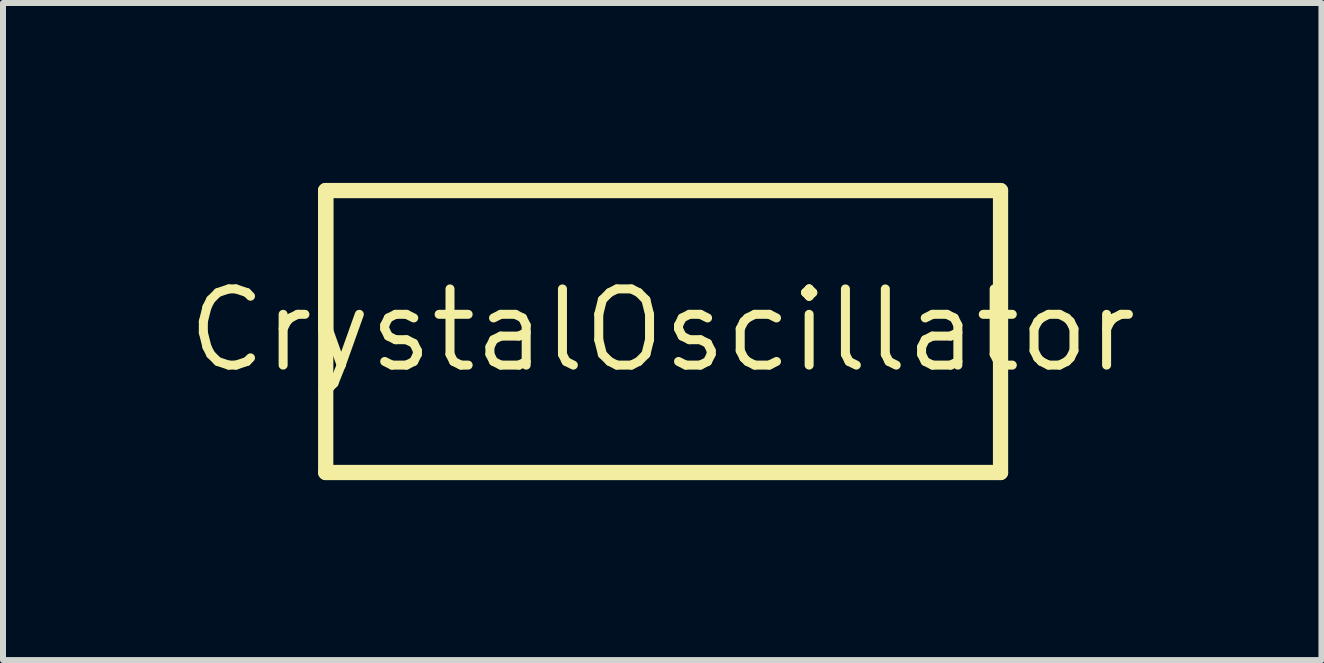
<source format=kicad_pcb>
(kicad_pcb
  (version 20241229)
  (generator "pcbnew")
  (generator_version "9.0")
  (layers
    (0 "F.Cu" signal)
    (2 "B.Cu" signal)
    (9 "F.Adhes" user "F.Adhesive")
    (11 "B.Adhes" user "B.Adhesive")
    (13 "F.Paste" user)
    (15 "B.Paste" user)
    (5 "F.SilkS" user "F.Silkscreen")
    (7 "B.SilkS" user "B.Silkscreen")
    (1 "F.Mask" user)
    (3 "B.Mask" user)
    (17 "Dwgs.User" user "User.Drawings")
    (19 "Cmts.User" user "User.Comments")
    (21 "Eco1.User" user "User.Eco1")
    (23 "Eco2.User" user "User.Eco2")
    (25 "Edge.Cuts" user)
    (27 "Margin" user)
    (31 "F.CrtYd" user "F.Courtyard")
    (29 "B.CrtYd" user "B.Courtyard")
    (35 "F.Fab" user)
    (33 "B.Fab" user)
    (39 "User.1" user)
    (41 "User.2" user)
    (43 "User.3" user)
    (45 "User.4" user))
  (footprint "CrystalOscillator"
    (layer "F.Cu")
    (at 7.99 2.457)
    (property "Reference" "CrystalOscillator" (at 0 0 0) (layer "F.SilkS") (effects (font (size 1.27 1.27) (thickness 0.15))))
    (attr through_hole)
    (fp_line (start -5.61 -2.33) (end 5.64 -2.33) (stroke (width 0.254) (type solid)) (layer "F.SilkS"))
    (fp_line (start -5.61 0) (end -5.61 -2.33) (stroke (width 0.254) (type solid)) (layer "F.SilkS"))
    (fp_line (start -5.61 2.37) (end -5.61 -2.33) (stroke (width 0.254) (type solid)) (layer "F.SilkS"))
    (fp_line (start -5.61 2.37) (end 5.64 2.37) (stroke (width 0.254) (type solid)) (layer "F.SilkS"))
    (fp_line (start 5.64 2.37) (end 5.64 -2.33) (stroke (width 0.254) (type solid)) (layer "F.SilkS")))
  (gr_rect
    (start -3 -3)
    (end 18.98 7.954)
    (stroke (width 0.1) (type default))
    (fill no)
    (layer "Edge.Cuts")))
</source>
